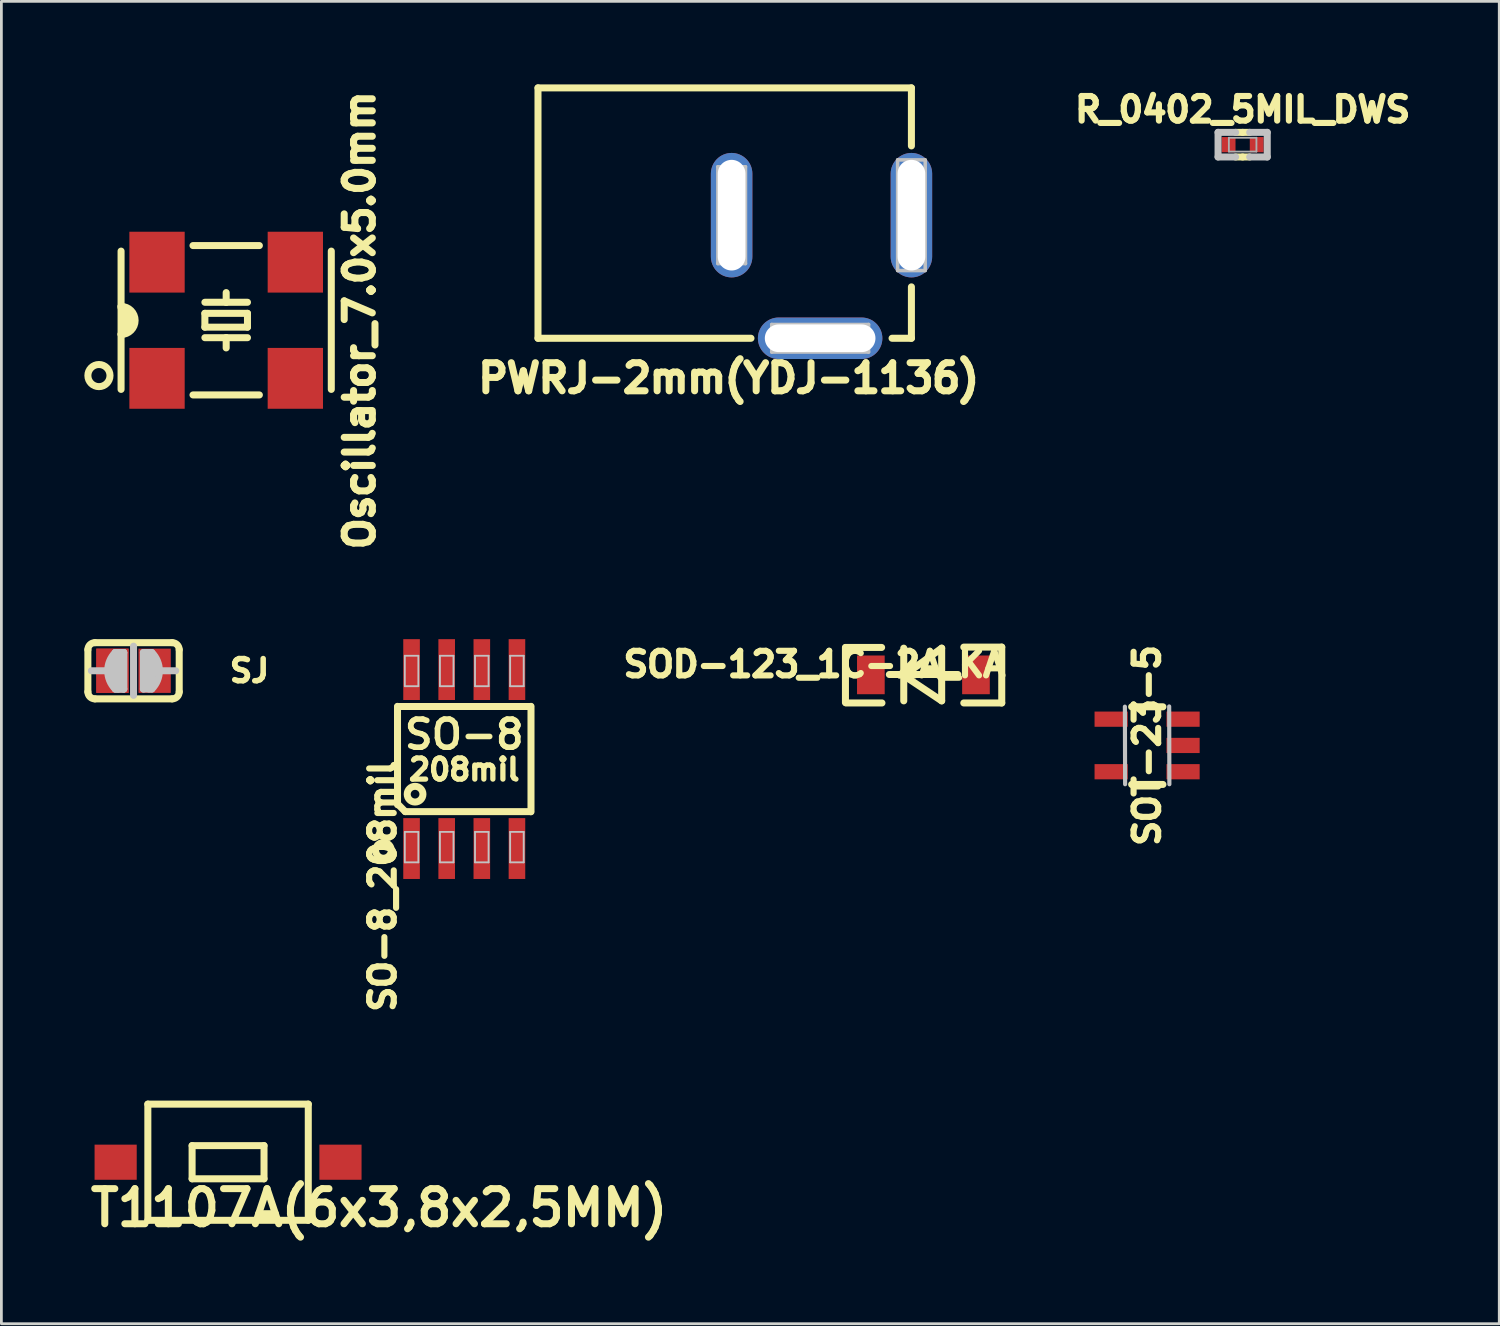
<source format=kicad_pcb>
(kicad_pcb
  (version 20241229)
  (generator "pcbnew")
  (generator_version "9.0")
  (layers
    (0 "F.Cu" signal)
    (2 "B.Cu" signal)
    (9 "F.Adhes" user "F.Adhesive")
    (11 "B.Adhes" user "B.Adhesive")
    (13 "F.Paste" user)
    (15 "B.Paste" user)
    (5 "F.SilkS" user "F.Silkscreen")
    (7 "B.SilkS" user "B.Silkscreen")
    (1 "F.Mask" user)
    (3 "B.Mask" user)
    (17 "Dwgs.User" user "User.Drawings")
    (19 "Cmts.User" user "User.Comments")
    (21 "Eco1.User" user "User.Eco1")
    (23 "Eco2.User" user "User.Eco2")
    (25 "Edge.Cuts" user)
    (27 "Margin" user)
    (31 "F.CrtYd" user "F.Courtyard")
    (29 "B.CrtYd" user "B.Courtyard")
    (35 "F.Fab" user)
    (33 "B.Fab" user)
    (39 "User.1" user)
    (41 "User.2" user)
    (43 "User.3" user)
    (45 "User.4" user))
  (footprint "SO-8_208mil"
    (layer "F.Cu")
    (at 13.734 24.392)
    (property "Reference" "SO-8_208mil" (at -2.949 4.595 90) (layer "F.SilkS") (effects (font (size 0.889 0.889) (thickness 0.222))))
    (attr smd)
    (fp_line (start -2.413 -1.905) (end -2.413 1.651) (stroke (width 0.254) (type solid)) (layer "F.SilkS"))
    (fp_line (start -2.398 -1.9) (end 2.398 -1.9) (stroke (width 0.254) (type solid)) (layer "F.SilkS"))
    (fp_line (start -2.134 1.9) (end -2.398 1.633) (stroke (width 0.254) (type solid)) (layer "F.SilkS"))
    (fp_line (start 2.398 1.9) (end -2.134 1.9) (stroke (width 0.254) (type solid)) (layer "F.SilkS"))
    (fp_line (start 2.413 -1.905) (end 2.413 1.905) (stroke (width 0.254) (type solid)) (layer "F.SilkS"))
    (fp_circle (center -2.921 3.302) (end -3.175 3.429) (stroke (width 0.254) (type solid)) (fill no) (layer "F.SilkS"))
    (fp_circle (center -1.778 1.27) (end -1.524 1.143) (stroke (width 0.254) (type solid)) (fill no) (layer "F.SilkS"))
    (fp_line (start -2.149 -3.734) (end -1.659 -3.734) (stroke (width 0.066) (type solid)) (layer "Dwgs.User"))
    (fp_line (start -2.149 -2.634) (end -2.149 -3.734) (stroke (width 0.066) (type solid)) (layer "Dwgs.User"))
    (fp_line (start -2.149 -2.634) (end -1.659 -2.634) (stroke (width 0.066) (type solid)) (layer "Dwgs.User"))
    (fp_line (start -2.149 2.634) (end -1.659 2.634) (stroke (width 0.066) (type solid)) (layer "Dwgs.User"))
    (fp_line (start -2.149 3.734) (end -2.149 2.634) (stroke (width 0.066) (type solid)) (layer "Dwgs.User"))
    (fp_line (start -2.149 3.734) (end -1.659 3.734) (stroke (width 0.066) (type solid)) (layer "Dwgs.User"))
    (fp_line (start -1.659 -2.634) (end -1.659 -3.734) (stroke (width 0.066) (type solid)) (layer "Dwgs.User"))
    (fp_line (start -1.659 3.734) (end -1.659 2.634) (stroke (width 0.066) (type solid)) (layer "Dwgs.User"))
    (fp_line (start -0.879 -3.734) (end -0.389 -3.734) (stroke (width 0.066) (type solid)) (layer "Dwgs.User"))
    (fp_line (start -0.879 -2.634) (end -0.879 -3.734) (stroke (width 0.066) (type solid)) (layer "Dwgs.User"))
    (fp_line (start -0.879 -2.634) (end -0.389 -2.634) (stroke (width 0.066) (type solid)) (layer "Dwgs.User"))
    (fp_line (start -0.879 2.634) (end -0.389 2.634) (stroke (width 0.066) (type solid)) (layer "Dwgs.User"))
    (fp_line (start -0.879 3.734) (end -0.879 2.634) (stroke (width 0.066) (type solid)) (layer "Dwgs.User"))
    (fp_line (start -0.879 3.734) (end -0.389 3.734) (stroke (width 0.066) (type solid)) (layer "Dwgs.User"))
    (fp_line (start -0.389 -2.634) (end -0.389 -3.734) (stroke (width 0.066) (type solid)) (layer "Dwgs.User"))
    (fp_line (start -0.389 3.734) (end -0.389 2.634) (stroke (width 0.066) (type solid)) (layer "Dwgs.User"))
    (fp_line (start 0.389 -3.734) (end 0.879 -3.734) (stroke (width 0.066) (type solid)) (layer "Dwgs.User"))
    (fp_line (start 0.389 -2.634) (end 0.389 -3.734) (stroke (width 0.066) (type solid)) (layer "Dwgs.User"))
    (fp_line (start 0.389 -2.634) (end 0.879 -2.634) (stroke (width 0.066) (type solid)) (layer "Dwgs.User"))
    (fp_line (start 0.389 2.634) (end 0.879 2.634) (stroke (width 0.066) (type solid)) (layer "Dwgs.User"))
    (fp_line (start 0.389 3.734) (end 0.389 2.634) (stroke (width 0.066) (type solid)) (layer "Dwgs.User"))
    (fp_line (start 0.389 3.734) (end 0.879 3.734) (stroke (width 0.066) (type solid)) (layer "Dwgs.User"))
    (fp_line (start 0.879 -2.634) (end 0.879 -3.734) (stroke (width 0.066) (type solid)) (layer "Dwgs.User"))
    (fp_line (start 0.879 3.734) (end 0.879 2.634) (stroke (width 0.066) (type solid)) (layer "Dwgs.User"))
    (fp_line (start 1.659 -3.734) (end 2.149 -3.734) (stroke (width 0.066) (type solid)) (layer "Dwgs.User"))
    (fp_line (start 1.659 -2.634) (end 1.659 -3.734) (stroke (width 0.066) (type solid)) (layer "Dwgs.User"))
    (fp_line (start 1.659 -2.634) (end 2.149 -2.634) (stroke (width 0.066) (type solid)) (layer "Dwgs.User"))
    (fp_line (start 1.659 2.634) (end 2.149 2.634) (stroke (width 0.066) (type solid)) (layer "Dwgs.User"))
    (fp_line (start 1.659 3.734) (end 1.659 2.634) (stroke (width 0.066) (type solid)) (layer "Dwgs.User"))
    (fp_line (start 1.659 3.734) (end 2.149 3.734) (stroke (width 0.066) (type solid)) (layer "Dwgs.User"))
    (fp_line (start 2.149 -2.634) (end 2.149 -3.734) (stroke (width 0.066) (type solid)) (layer "Dwgs.User"))
    (fp_line (start 2.149 3.734) (end 2.149 2.634) (stroke (width 0.066) (type solid)) (layer "Dwgs.User"))
    (fp_text user "208mil" (at 0 0.381 0) (layer "F.SilkS") (effects (font (size 0.762 0.762) (thickness 0.191))))
    (fp_text user "SO-8" (at 0 -0.889 0) (layer "F.SilkS") (effects (font (size 1.016 1.016) (thickness 0.203))))
    (pad "1" smd rect (at -1.905 3.235) (size 0.6 2.2) (layers "F.Cu" "F.Mask" "F.Paste"))
    (pad "2" smd rect (at -0.635 3.235) (size 0.6 2.2) (layers "F.Cu" "F.Mask" "F.Paste"))
    (pad "3" smd rect (at 0.635 3.235) (size 0.6 2.2) (layers "F.Cu" "F.Mask" "F.Paste"))
    (pad "4" smd rect (at 1.905 3.235) (size 0.6 2.2) (layers "F.Cu" "F.Mask" "F.Paste"))
    (pad "5" smd rect (at 1.905 -3.235) (size 0.6 2.2) (layers "F.Cu" "F.Mask" "F.Paste"))
    (pad "6" smd rect (at 0.635 -3.235) (size 0.6 2.2) (layers "F.Cu" "F.Mask" "F.Paste"))
    (pad "7" smd rect (at -0.635 -3.235) (size 0.6 2.2) (layers "F.Cu" "F.Mask" "F.Paste"))
    (pad "8" smd rect (at -1.905 -3.235) (size 0.6 2.2) (layers "F.Cu" "F.Mask" "F.Paste")))
  (footprint "PWRJ-2mm(YDJ-1136)"
    (layer "F.Cu")
    (at 29.9 9.479)
    (property "Reference" "PWRJ-2mm(YDJ-1136)" (at -6.604 1.143 0) (layer "F.SilkS") (effects (font (size 1.016 1.016) (thickness 0.254))))
    (attr smd)
    (fp_line (start -13.5 -9.352) (end -13.5 -0.3) (stroke (width 0.254) (type solid)) (layer "F.SilkS"))
    (fp_line (start -13.5 -0.3) (end -5.8 -0.3) (stroke (width 0.254) (type solid)) (layer "F.SilkS"))
    (fp_line (start 0 -9.352) (end -13.5 -9.352) (stroke (width 0.254) (type solid)) (layer "F.SilkS"))
    (fp_line (start 0 -9.352) (end 0 -7.254) (stroke (width 0.254) (type solid)) (layer "F.SilkS"))
    (fp_line (start 0 -0.3) (end -0.7 -0.3) (stroke (width 0.254) (type solid)) (layer "F.SilkS"))
    (fp_line (start 0 -0.3) (end 0 -2.158) (stroke (width 0.254) (type solid)) (layer "F.SilkS"))
    (fp_line (start -6.998 -6.5) (end -6.998 -3) (stroke (width 0.127) (type solid)) (layer "Dwgs.User"))
    (fp_line (start -6.998 -3) (end -5.999 -3) (stroke (width 0.127) (type solid)) (layer "Dwgs.User"))
    (fp_line (start -5.999 -6.5) (end -6.998 -6.5) (stroke (width 0.127) (type solid)) (layer "Dwgs.User"))
    (fp_line (start -5.999 -3) (end -5.999 -6.5) (stroke (width 0.127) (type solid)) (layer "Dwgs.User"))
    (fp_line (start -5.05 -0.798) (end -5.05 0.198) (stroke (width 0.127) (type solid)) (layer "Dwgs.User"))
    (fp_line (start -5.05 0.198) (end -1.549 0.198) (stroke (width 0.127) (type solid)) (layer "Dwgs.User"))
    (fp_line (start -1.549 -0.798) (end -5.05 -0.798) (stroke (width 0.127) (type solid)) (layer "Dwgs.User"))
    (fp_line (start -1.549 0.198) (end -1.549 -0.798) (stroke (width 0.127) (type solid)) (layer "Dwgs.User"))
    (fp_line (start -0.498 -6.749) (end -0.498 -2.748) (stroke (width 0.127) (type solid)) (layer "Dwgs.User"))
    (fp_line (start -0.498 -2.748) (end 0.498 -2.748) (stroke (width 0.127) (type solid)) (layer "Dwgs.User"))
    (fp_line (start 0.498 -6.749) (end -0.498 -6.749) (stroke (width 0.127) (type solid)) (layer "Dwgs.User"))
    (fp_line (start 0.498 -2.748) (end 0.498 -6.749) (stroke (width 0.127) (type solid)) (layer "Dwgs.User"))
    (pad "+" thru_hole oval (at 0 -4.75) (size 1.5 4.5) (drill oval 1 4) (layers "*.Cu" "*.Mask"))
    (pad "-" thru_hole oval (at -6.5 -4.75) (size 1.5 4.5) (drill oval 1 4) (layers "*.Cu" "*.Mask"))
    (pad "-" thru_hole oval (at -3.3 -0.3) (size 4.5 1.5) (drill oval 4 1) (layers "*.Cu" "*.Mask")))
  (footprint "SOT-23-5"
    (layer "F.Cu")
    (at 38.421 23.9)
    (property "Reference" "SOT-23-5" (at 0 0 90) (layer "F.SilkS") (effects (font (size 0.889 0.889) (thickness 0.222))))
    (attr through_hole)
    (fp_line (start -0.559 -1.397) (end 0.572 -1.397) (stroke (width 0.254) (type solid)) (layer "F.SilkS"))
    (fp_line (start -0.559 1.41) (end 0.572 1.41) (stroke (width 0.254) (type solid)) (layer "F.SilkS"))
    (fp_line (start -0.803 -1.402) (end -0.795 1.402) (stroke (width 0.15) (type solid)) (layer "Dwgs.User"))
    (fp_line (start 0.805 1.402) (end 0.798 -1.41) (stroke (width 0.15) (type solid)) (layer "Dwgs.User"))
    (pad "1" smd rect (at 1.3 0.95) (size 1.2 0.55) (layers "F.Cu" "F.Mask" "F.Paste"))
    (pad "2" smd rect (at 1.3 0) (size 1.2 0.55) (layers "F.Cu" "F.Mask" "F.Paste"))
    (pad "3" smd rect (at 1.3 -0.95) (size 1.2 0.55) (layers "F.Cu" "F.Mask" "F.Paste"))
    (pad "4" smd rect (at -1.3 -0.95) (size 1.2 0.55) (layers "F.Cu" "F.Mask" "F.Paste"))
    (pad "5" smd rect (at -1.3 0.95) (size 1.2 0.55) (layers "F.Cu" "F.Mask" "F.Paste")))
  (footprint "Oscillator_7.0x5.0mm"
    (layer "F.Cu")
    (at 5.127 8.528)
    (property "Reference" "Oscillator_7.0x5.0mm" (at 4.826 0 90) (layer "F.SilkS") (effects (font (size 1.016 1.016) (thickness 0.254))))
    (attr smd)
    (fp_line (start -3.8 -2.5) (end -3.8 -0.45) (stroke (width 0.254) (type solid)) (layer "F.SilkS"))
    (fp_line (start -3.8 -0.5) (end -3.8 0.5) (stroke (width 0.254) (type solid)) (layer "F.SilkS"))
    (fp_line (start -3.8 0.5) (end -3.8 2.5) (stroke (width 0.254) (type solid)) (layer "F.SilkS"))
    (fp_line (start -3.6 -0.4) (end -3.6 0.4) (stroke (width 0.254) (type solid)) (layer "F.SilkS"))
    (fp_line (start -3.4 -0.2) (end -3.4 0.2) (stroke (width 0.254) (type solid)) (layer "F.SilkS"))
    (fp_line (start -1.2 2.7) (end 1.2 2.7) (stroke (width 0.254) (type solid)) (layer "F.SilkS"))
    (fp_line (start -0.77 -0.65) (end 0 -0.65) (stroke (width 0.254) (type solid)) (layer "F.SilkS"))
    (fp_line (start -0.77 -0.25) (end -0.77 0.25) (stroke (width 0.254) (type solid)) (layer "F.SilkS"))
    (fp_line (start -0.77 0.25) (end 0.77 0.25) (stroke (width 0.254) (type solid)) (layer "F.SilkS"))
    (fp_line (start -0.77 0.63) (end 0 0.63) (stroke (width 0.254) (type solid)) (layer "F.SilkS"))
    (fp_line (start 0 -0.65) (end 0 -1) (stroke (width 0.254) (type solid)) (layer "F.SilkS"))
    (fp_line (start 0 -0.65) (end 0.77 -0.65) (stroke (width 0.254) (type solid)) (layer "F.SilkS"))
    (fp_line (start 0 0.63) (end 0 1) (stroke (width 0.254) (type solid)) (layer "F.SilkS"))
    (fp_line (start 0 0.63) (end 0.77 0.63) (stroke (width 0.254) (type solid)) (layer "F.SilkS"))
    (fp_line (start 0.77 -0.25) (end -0.77 -0.25) (stroke (width 0.254) (type solid)) (layer "F.SilkS"))
    (fp_line (start 0.77 0.25) (end 0.77 -0.25) (stroke (width 0.254) (type solid)) (layer "F.SilkS"))
    (fp_line (start 1.2 -2.7) (end -1.2 -2.7) (stroke (width 0.254) (type solid)) (layer "F.SilkS"))
    (fp_line (start 3.8 2.5) (end 3.8 -2.5) (stroke (width 0.254) (type solid)) (layer "F.SilkS"))
    (fp_arc (start -3.8 -0.5) (mid -3.29238 0.00762) (end -3.8 0.51524) (stroke (width 0.254) (type solid)) (layer "F.SilkS"))
    (fp_circle (center -4.6 2) (end -5 2) (stroke (width 0.254) (type solid)) (fill no) (layer "F.SilkS"))
    (pad "1" smd rect (at -2.5 2.1) (size 2 2.2) (layers "F.Cu" "F.Mask" "F.Paste"))
    (pad "2" smd rect (at 2.5 2.1) (size 2 2.2) (layers "F.Cu" "F.Mask" "F.Paste"))
    (pad "3" smd rect (at 2.5 -2.1) (size 2 2.2) (layers "F.Cu" "F.Mask" "F.Paste"))
    (pad "4" smd rect (at -2.5 -2.1) (size 2 2.2) (layers "F.Cu" "F.Mask" "F.Paste")))
  (footprint "SOD-123_1C-2A_KA"
    (layer "F.Cu")
    (at 30.334 21.348)
    (property "Reference" "SOD-123_1C-2A_KA" (at -3.937 -0.381 0) (layer "F.SilkS") (effects (font (size 0.889 0.889) (thickness 0.222))))
    (attr through_hole)
    (fp_line (start -2.819 -0.991) (end -2.819 1.003) (stroke (width 0.254) (type solid)) (layer "F.SilkS"))
    (fp_line (start -2.807 -0.991) (end -1.511 -0.991) (stroke (width 0.254) (type solid)) (layer "F.SilkS"))
    (fp_line (start -2.794 1.016) (end -1.499 1.016) (stroke (width 0.254) (type solid)) (layer "F.SilkS"))
    (fp_line (start -0.711 0.025) (end 0.66 -0.965) (stroke (width 0.254) (type solid)) (layer "F.SilkS"))
    (fp_line (start -0.711 0.94) (end -0.711 -0.965) (stroke (width 0.254) (type solid)) (layer "F.SilkS"))
    (fp_line (start 0.66 0.94) (end -0.711 0.025) (stroke (width 0.254) (type solid)) (layer "F.SilkS"))
    (fp_line (start 0.66 0.94) (end 0.66 -0.965) (stroke (width 0.254) (type solid)) (layer "F.SilkS"))
    (fp_line (start 1.245 -0.013) (end -1.232 -0.013) (stroke (width 0.254) (type solid)) (layer "F.SilkS"))
    (fp_line (start 2.832 -1.003) (end 1.46 -1.003) (stroke (width 0.254) (type solid)) (layer "F.SilkS"))
    (fp_line (start 2.832 -1.003) (end 2.832 1.016) (stroke (width 0.254) (type solid)) (layer "F.SilkS"))
    (fp_line (start 2.832 1.016) (end 1.46 1.016) (stroke (width 0.254) (type solid)) (layer "F.SilkS"))
    (pad "1" smd rect (at -1.9 0) (size 1 1.4) (layers "F.Cu" "F.Mask" "F.Paste"))
    (pad "2" smd rect (at 1.9 0) (size 1 1.4) (layers "F.Cu" "F.Mask" "F.Paste")))
  (footprint "T1107A(6x3,8x2,5MM)"
    (layer "F.Cu")
    (at 5.195 38.967)
    (property "Reference" "T1107A(6x3,8x2,5MM)" (at 5.461 1.651 0) (layer "F.SilkS") (effects (font (size 1.27 1.27) (thickness 0.254))))
    (attr smd)
    (fp_line (start -2.9 -2.1) (end -2.9 2.1) (stroke (width 0.254) (type solid)) (layer "F.SilkS"))
    (fp_line (start -2.9 2.1) (end 2.9 2.1) (stroke (width 0.254) (type solid)) (layer "F.SilkS"))
    (fp_line (start -1.3 -0.6) (end 1.3 -0.6) (stroke (width 0.254) (type solid)) (layer "F.SilkS"))
    (fp_line (start -1.3 0.6) (end -1.3 -0.6) (stroke (width 0.254) (type solid)) (layer "F.SilkS"))
    (fp_line (start -1.3 0.6) (end 1.3 0.6) (stroke (width 0.254) (type solid)) (layer "F.SilkS"))
    (fp_line (start 1.3 0.6) (end 1.3 -0.6) (stroke (width 0.254) (type solid)) (layer "F.SilkS"))
    (fp_line (start 2.9 -2.1) (end -2.9 -2.1) (stroke (width 0.254) (type solid)) (layer "F.SilkS"))
    (fp_line (start 2.9 2.1) (end 2.9 -2.1) (stroke (width 0.254) (type solid)) (layer "F.SilkS"))
    (pad "1" smd rect (at -4.064 0 90) (size 1.27 1.524) (layers "F.Cu" "F.Mask" "F.Paste"))
    (pad "2" smd rect (at 4.064 0 90) (size 1.27 1.524) (layers "F.Cu" "F.Mask" "F.Paste")))
  (footprint "R_0402_5MIL_DWS"
    (layer "F.Cu")
    (at 41.875 2.18)
    (property "Reference" "R_0402_5MIL_DWS" (at 0 -1.27 0) (layer "F.SilkS") (effects (font (size 0.889 0.889) (thickness 0.222))))
    (attr smd)
    (fp_line (start 0 -0.445) (end -0.254 -0.445) (stroke (width 0.254) (type solid)) (layer "F.SilkS"))
    (fp_line (start 0 -0.445) (end 0.254 -0.445) (stroke (width 0.254) (type solid)) (layer "F.SilkS"))
    (fp_line (start 0 0.445) (end -0.254 0.445) (stroke (width 0.254) (type solid)) (layer "F.SilkS"))
    (fp_line (start 0 0.445) (end 0.254 0.445) (stroke (width 0.254) (type solid)) (layer "F.SilkS"))
    (fp_line (start -0.889 -0.445) (end -0.889 0.445) (stroke (width 0.254) (type solid)) (layer "Dwgs.User"))
    (fp_line (start -0.889 0.445) (end -0.254 0.445) (stroke (width 0.254) (type solid)) (layer "Dwgs.User"))
    (fp_line (start -0.254 -0.445) (end -0.889 -0.445) (stroke (width 0.254) (type solid)) (layer "Dwgs.User"))
    (fp_line (start 0.254 -0.445) (end 0.889 -0.445) (stroke (width 0.254) (type solid)) (layer "Dwgs.User"))
    (fp_line (start 0.889 -0.445) (end 0.889 0.445) (stroke (width 0.254) (type solid)) (layer "Dwgs.User"))
    (fp_line (start 0.889 0.445) (end 0.254 0.445) (stroke (width 0.254) (type solid)) (layer "Dwgs.User"))
    (fp_line (start -0.498 -0.249) (end 0.498 -0.249) (stroke (width 0.066) (type solid)) (layer "F.Fab"))
    (fp_line (start -0.498 0.249) (end -0.498 -0.249) (stroke (width 0.066) (type solid)) (layer "F.Fab"))
    (fp_line (start -0.498 0.249) (end 0.498 0.249) (stroke (width 0.066) (type solid)) (layer "F.Fab"))
    (fp_line (start 0.498 0.249) (end 0.498 -0.249) (stroke (width 0.066) (type solid)) (layer "F.Fab"))
    (pad "1" smd rect (at -0.508 0 180) (size 0.5 0.55) (layers "F.Cu" "F.Mask" "F.Paste"))
    (pad "2" smd rect (at 0.508 0) (size 0.5 0.55) (layers "F.Cu" "F.Mask" "F.Paste")))
  (footprint "SJ"
    (layer "F.Cu")
    (at 1.778 21.2)
    (property "Reference" "SJ" (at 4.191 0 0) (layer "F.SilkS") (effects (font (size 0.8 0.8) (thickness 0.2))))
    (attr smd)
    (fp_line (start -1.651 0.762) (end -1.651 -0.762) (stroke (width 0.254) (type solid)) (layer "F.SilkS"))
    (fp_line (start -1.397 -1.016) (end 1.397 -1.016) (stroke (width 0.254) (type solid)) (layer "F.SilkS"))
    (fp_line (start 1.397 1.016) (end -1.397 1.016) (stroke (width 0.254) (type solid)) (layer "F.SilkS"))
    (fp_line (start 1.651 0.762) (end 1.651 -0.762) (stroke (width 0.254) (type solid)) (layer "F.SilkS"))
    (fp_arc (start -1.651 -0.762) (mid -1.576605 -0.941605) (end -1.397 -1.016) (stroke (width 0.254) (type solid)) (layer "F.SilkS"))
    (fp_arc (start -1.397 1.016) (mid -1.576605 0.941605) (end -1.651 0.762) (stroke (width 0.254) (type solid)) (layer "F.SilkS"))
    (fp_arc (start 1.397 -1.016) (mid 1.576605 -0.941605) (end 1.651 -0.762) (stroke (width 0.254) (type solid)) (layer "F.SilkS"))
    (fp_arc (start 1.651 0.762) (mid 1.576605 0.941605) (end 1.397 1.016) (stroke (width 0.254) (type solid)) (layer "F.SilkS"))
    (fp_line (start -1.016 0) (end -1.524 0) (stroke (width 0.254) (type solid)) (layer "Dwgs.User"))
    (fp_line (start -0.711 0.559) (end -0.711 -0.457) (stroke (width 0.254) (type solid)) (layer "Dwgs.User"))
    (fp_line (start -0.711 0.559) (end -0.711 -0.457) (stroke (width 0.254) (type solid)) (layer "Dwgs.User"))
    (fp_line (start -0.66 -0.66) (end -0.356 -0.66) (stroke (width 0.254) (type solid)) (layer "Dwgs.User"))
    (fp_line (start -0.66 -0.66) (end -0.356 -0.66) (stroke (width 0.254) (type solid)) (layer "Dwgs.User"))
    (fp_line (start -0.559 0.66) (end -0.559 -0.66) (stroke (width 0.254) (type solid)) (layer "Dwgs.User"))
    (fp_line (start -0.559 0.66) (end -0.559 -0.66) (stroke (width 0.254) (type solid)) (layer "Dwgs.User"))
    (fp_line (start -0.356 -0.66) (end -0.356 0.66) (stroke (width 0.254) (type solid)) (layer "Dwgs.User"))
    (fp_line (start -0.356 -0.66) (end -0.356 0.66) (stroke (width 0.254) (type solid)) (layer "Dwgs.User"))
    (fp_line (start -0.356 0.66) (end -0.66 0.66) (stroke (width 0.254) (type solid)) (layer "Dwgs.User"))
    (fp_line (start -0.356 0.66) (end -0.66 0.66) (stroke (width 0.254) (type solid)) (layer "Dwgs.User"))
    (fp_line (start 0 -0.889) (end 0 0.889) (stroke (width 0.254) (type solid)) (layer "Dwgs.User"))
    (fp_line (start 0.356 -0.66) (end 0.356 0.66) (stroke (width 0.254) (type solid)) (layer "Dwgs.User"))
    (fp_line (start 0.356 -0.66) (end 0.66 -0.66) (stroke (width 0.254) (type solid)) (layer "Dwgs.User"))
    (fp_line (start 0.356 0.66) (end 0.66 0.66) (stroke (width 0.254) (type solid)) (layer "Dwgs.User"))
    (fp_line (start 0.559 -0.66) (end 0.559 0.66) (stroke (width 0.254) (type solid)) (layer "Dwgs.User"))
    (fp_line (start 0.737 0.508) (end 0.737 -0.508) (stroke (width 0.254) (type solid)) (layer "Dwgs.User"))
    (fp_line (start 1.016 0) (end 1.524 0) (stroke (width 0.254) (type solid)) (layer "Dwgs.User"))
    (fp_arc (start -0.6604 0.6604) (mid -0.933947 0) (end -0.6604 -0.6604) (stroke (width 0.254) (type solid)) (layer "Dwgs.User"))
    (fp_arc (start 0.6604 -0.6604) (mid 0.933947 0) (end 0.6604 0.6604) (stroke (width 0.254) (type solid)) (layer "Dwgs.User"))
    (pad "1" smd rect (at -0.762 0) (size 1.168 1.6) (layers "F.Cu" "F.Mask"))
    (pad "1" smd rect (at -0.762 0) (size 1.168 1.6) (layers "F.Cu" "F.Mask"))
    (pad "2" smd rect (at 0.762 0) (size 1.168 1.6) (layers "F.Cu" "F.Mask")))
  (gr_rect
    (start -3 -3)
    (end 51.152 44.806)
    (stroke (width 0.1) (type default))
    (fill no)
    (layer "Edge.Cuts")))
</source>
